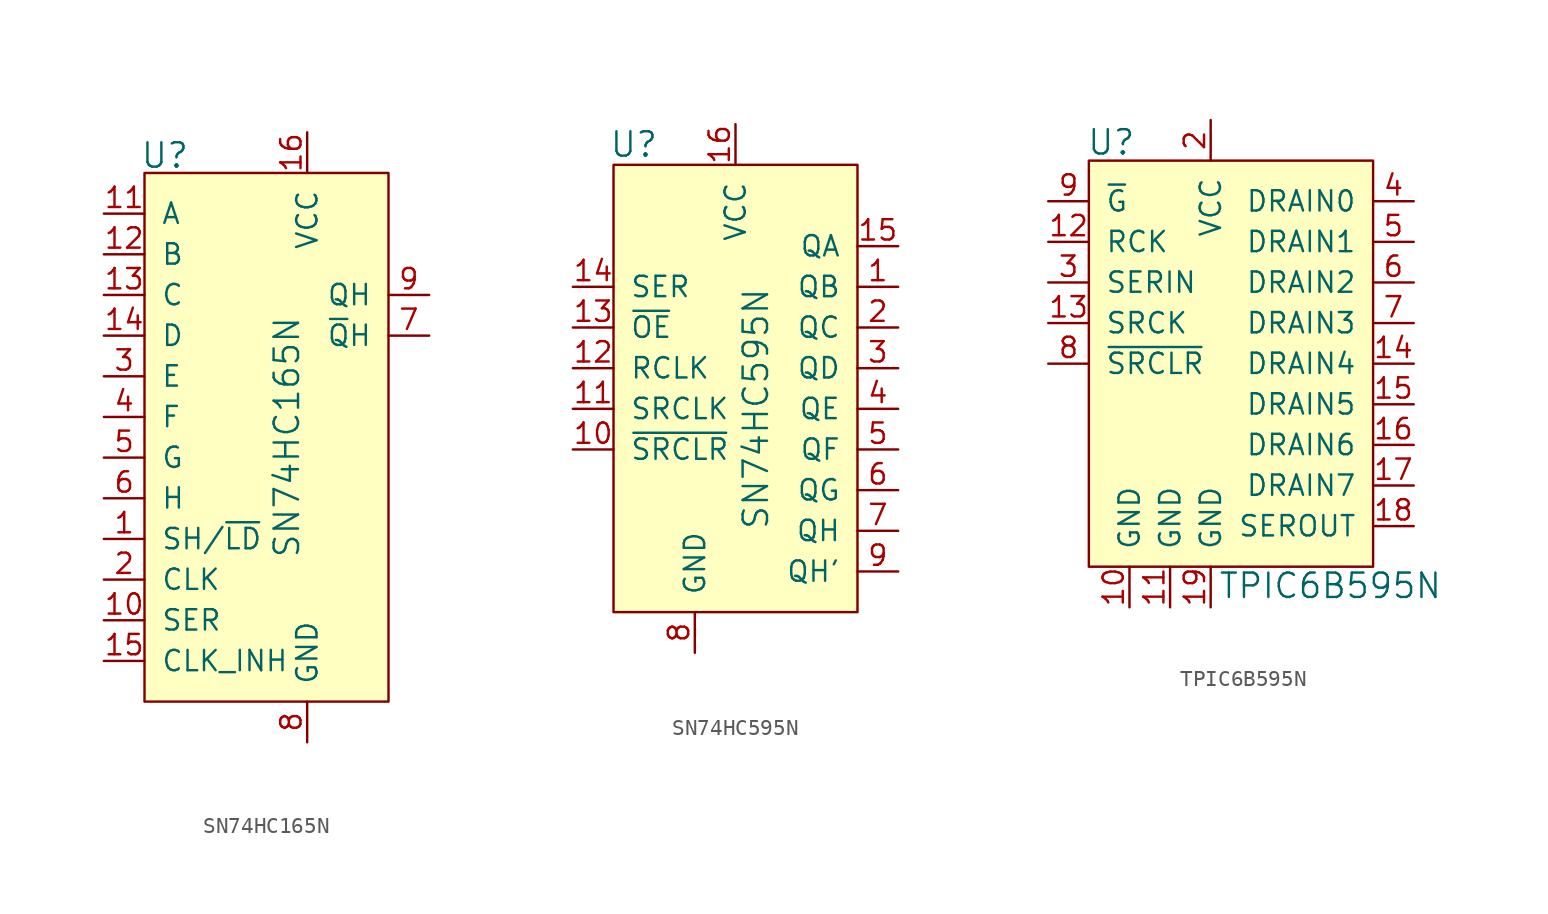
<source format=kicad_sym>
(kicad_symbol_lib
  (version 20220914)
  (generator kicad_symbol_editor)
  (symbol "SN74HC165N"
    (pin_names
      (offset 1.016))
    (property "Reference" "U"
      (at -8.89 16.332 0)
      (effects (font (size 1.524 1.524))))
    (property "Value" "SN74HC165N"
      (at -1.27 -1.27 90)
      (effects (font (size 1.524 1.524))))
    (symbol "SN74HC165N_0_1"
      (rectangle (start -10.16 15.24) (end 5.08 -17.78) (stroke (width 0) (type solid)) (fill (type background))))
    (symbol "SN74HC165N_1_1"
      (pin output line (at -12.7 -7.62 0) (length 2.54) (name "SH/~{LD}" (effects (font (size 1.27 1.27)))) (number "1" (effects (font (size 1.27 1.27)))))
      (pin output line (at -12.7 -12.7 0) (length 2.54) (name "SER" (effects (font (size 1.27 1.27)))) (number "10" (effects (font (size 1.27 1.27)))))
      (pin input line (at -12.7 12.7 0) (length 2.54) (name "A" (effects (font (size 1.27 1.27)))) (number "11" (effects (font (size 1.27 1.27)))))
      (pin input line (at -12.7 10.16 0) (length 2.54) (name "B" (effects (font (size 1.27 1.27)))) (number "12" (effects (font (size 1.27 1.27)))))
      (pin input line (at -12.7 7.62 0) (length 2.54) (name "C" (effects (font (size 1.27 1.27)))) (number "13" (effects (font (size 1.27 1.27)))))
      (pin input line (at -12.7 5.08 0) (length 2.54) (name "D" (effects (font (size 1.27 1.27)))) (number "14" (effects (font (size 1.27 1.27)))))
      (pin input line (at -12.7 -15.24 0) (length 2.54) (name "CLK_INH" (effects (font (size 1.27 1.27)))) (number "15" (effects (font (size 1.27 1.27)))))
      (pin output line (at 0 17.78 270) (length 2.54) (name "VCC" (effects (font (size 1.27 1.27)))) (number "16" (effects (font (size 1.27 1.27)))))
      (pin input line (at -12.7 -10.16 0) (length 2.54) (name "CLK" (effects (font (size 1.27 1.27)))) (number "2" (effects (font (size 1.27 1.27)))))
      (pin input line (at -12.7 2.54 0) (length 2.54) (name "E" (effects (font (size 1.27 1.27)))) (number "3" (effects (font (size 1.27 1.27)))))
      (pin input line (at -12.7 0 0) (length 2.54) (name "F" (effects (font (size 1.27 1.27)))) (number "4" (effects (font (size 1.27 1.27)))))
      (pin input line (at -12.7 -2.54 0) (length 2.54) (name "G" (effects (font (size 1.27 1.27)))) (number "5" (effects (font (size 1.27 1.27)))))
      (pin input line (at -12.7 -5.08 0) (length 2.54) (name "H" (effects (font (size 1.27 1.27)))) (number "6" (effects (font (size 1.27 1.27)))))
      (pin output line (at 7.62 5.08 180) (length 2.54) (name "~{Q}H" (effects (font (size 1.27 1.27)))) (number "7" (effects (font (size 1.27 1.27)))))
      (pin input line (at 0 -20.32 90) (length 2.54) (name "GND" (effects (font (size 1.27 1.27)))) (number "8" (effects (font (size 1.27 1.27)))))
      (pin output line (at 7.62 7.62 180) (length 2.54) (name "QH" (effects (font (size 1.27 1.27)))) (number "9" (effects (font (size 1.27 1.27)))))))
  (symbol "SN74HC595N"
    (pin_names
      (offset 1.016))
    (property "Reference" "U"
      (at -11.43 16.51 0)
      (effects (font (size 1.524 1.524))))
    (property "Value" "SN74HC595N"
      (at -3.81 0 90)
      (effects (font (size 1.524 1.524))))
    (symbol "SN74HC595N_0_1"
      (rectangle (start -12.7 15.24) (end 2.54 -12.7) (stroke (width 0) (type solid)) (fill (type background))))
    (symbol "SN74HC595N_1_1"
      (pin output line (at 5.08 7.62 180) (length 2.54) (name "QB" (effects (font (size 1.27 1.27)))) (number "1" (effects (font (size 1.27 1.27)))))
      (pin input line (at -15.24 -2.54 0) (length 2.54) (name "~{SRCLR}" (effects (font (size 1.27 1.27)))) (number "10" (effects (font (size 1.27 1.27)))))
      (pin input line (at -15.24 0 0) (length 2.54) (name "SRCLK" (effects (font (size 1.27 1.27)))) (number "11" (effects (font (size 1.27 1.27)))))
      (pin input line (at -15.24 2.54 0) (length 2.54) (name "RCLK" (effects (font (size 1.27 1.27)))) (number "12" (effects (font (size 1.27 1.27)))))
      (pin input line (at -15.24 5.08 0) (length 2.54) (name "~{OE}" (effects (font (size 1.27 1.27)))) (number "13" (effects (font (size 1.27 1.27)))))
      (pin input line (at -15.24 7.62 0) (length 2.54) (name "SER" (effects (font (size 1.27 1.27)))) (number "14" (effects (font (size 1.27 1.27)))))
      (pin output line (at 5.08 10.16 180) (length 2.54) (name "QA" (effects (font (size 1.27 1.27)))) (number "15" (effects (font (size 1.27 1.27)))))
      (pin power_in line (at -5.08 17.78 270) (length 2.54) (name "VCC" (effects (font (size 1.27 1.27)))) (number "16" (effects (font (size 1.27 1.27)))))
      (pin output line (at 5.08 5.08 180) (length 2.54) (name "QC" (effects (font (size 1.27 1.27)))) (number "2" (effects (font (size 1.27 1.27)))))
      (pin output line (at 5.08 2.54 180) (length 2.54) (name "QD" (effects (font (size 1.27 1.27)))) (number "3" (effects (font (size 1.27 1.27)))))
      (pin output line (at 5.08 0 180) (length 2.54) (name "QE" (effects (font (size 1.27 1.27)))) (number "4" (effects (font (size 1.27 1.27)))))
      (pin output line (at 5.08 -2.54 180) (length 2.54) (name "QF" (effects (font (size 1.27 1.27)))) (number "5" (effects (font (size 1.27 1.27)))))
      (pin output line (at 5.08 -5.08 180) (length 2.54) (name "QG" (effects (font (size 1.27 1.27)))) (number "6" (effects (font (size 1.27 1.27)))))
      (pin output line (at 5.08 -7.62 180) (length 2.54) (name "QH" (effects (font (size 1.27 1.27)))) (number "7" (effects (font (size 1.27 1.27)))))
      (pin power_in line (at -7.62 -15.24 90) (length 2.54) (name "GND" (effects (font (size 1.27 1.27)))) (number "8" (effects (font (size 1.27 1.27)))))
      (pin output line (at 5.08 -10.16 180) (length 2.54) (name "QH'" (effects (font (size 1.27 1.27)))) (number "9" (effects (font (size 1.27 1.27)))))))
  (symbol "TPIC6B595N"
    (pin_names
      (offset 1.016))
    (property "Reference" "U"
      (at -7.772 1.143 0)
      (effects (font (size 1.524 1.524)) (justify left)))
    (property "Value" "TPIC6B595N"
      (at 0.457 -26.594 0)
      (effects (font (size 1.524 1.524)) (justify left)))
    (symbol "TPIC6B595N_0_1"
      (rectangle (start -7.62 0) (end 10.16 -25.4) (stroke (width 0) (type solid)) (fill (type background))))
    (symbol "TPIC6B595N_1_1"
      (pin no_connect line (at -7.62 -15.24 0) (length 2.54) hide (name "NC" (effects (font (size 1.27 1.27)))) (number "1" (effects (font (size 1.27 1.27)))))
      (pin power_in line (at -5.08 -27.94 90) (length 2.54) (name "GND" (effects (font (size 1.27 1.27)))) (number "10" (effects (font (size 1.27 1.27)))))
      (pin power_in line (at -2.54 -27.94 90) (length 2.54) (name "GND" (effects (font (size 1.27 1.27)))) (number "11" (effects (font (size 1.27 1.27)))))
      (pin input line (at -10.16 -5.08 0) (length 2.54) (name "RCK" (effects (font (size 1.27 1.27)))) (number "12" (effects (font (size 1.27 1.27)))))
      (pin input line (at -10.16 -10.16 0) (length 2.54) (name "SRCK" (effects (font (size 1.27 1.27)))) (number "13" (effects (font (size 1.27 1.27)))))
      (pin output line (at 12.7 -12.7 180) (length 2.54) (name "DRAIN4" (effects (font (size 1.27 1.27)))) (number "14" (effects (font (size 1.27 1.27)))))
      (pin output line (at 12.7 -15.24 180) (length 2.54) (name "DRAIN5" (effects (font (size 1.27 1.27)))) (number "15" (effects (font (size 1.27 1.27)))))
      (pin output line (at 12.7 -17.78 180) (length 2.54) (name "DRAIN6" (effects (font (size 1.27 1.27)))) (number "16" (effects (font (size 1.27 1.27)))))
      (pin output line (at 12.7 -20.32 180) (length 2.54) (name "DRAIN7" (effects (font (size 1.27 1.27)))) (number "17" (effects (font (size 1.27 1.27)))))
      (pin output line (at 12.7 -22.86 180) (length 2.54) (name "SEROUT" (effects (font (size 1.27 1.27)))) (number "18" (effects (font (size 1.27 1.27)))))
      (pin power_in line (at 0 -27.94 90) (length 2.54) (name "GND" (effects (font (size 1.27 1.27)))) (number "19" (effects (font (size 1.27 1.27)))))
      (pin power_in line (at 0 2.54 270) (length 2.54) (name "VCC" (effects (font (size 1.27 1.27)))) (number "2" (effects (font (size 1.27 1.27)))))
      (pin no_connect line (at -7.62 -17.78 0) (length 2.54) hide (name "NC" (effects (font (size 1.27 1.27)))) (number "20" (effects (font (size 1.27 1.27)))))
      (pin input line (at -10.16 -7.62 0) (length 2.54) (name "SERIN" (effects (font (size 1.27 1.27)))) (number "3" (effects (font (size 1.27 1.27)))))
      (pin output line (at 12.7 -2.54 180) (length 2.54) (name "DRAIN0" (effects (font (size 1.27 1.27)))) (number "4" (effects (font (size 1.27 1.27)))))
      (pin output line (at 12.7 -5.08 180) (length 2.54) (name "DRAIN1" (effects (font (size 1.27 1.27)))) (number "5" (effects (font (size 1.27 1.27)))))
      (pin output line (at 12.7 -7.62 180) (length 2.54) (name "DRAIN2" (effects (font (size 1.27 1.27)))) (number "6" (effects (font (size 1.27 1.27)))))
      (pin output line (at 12.7 -10.16 180) (length 2.54) (name "DRAIN3" (effects (font (size 1.27 1.27)))) (number "7" (effects (font (size 1.27 1.27)))))
      (pin input line (at -10.16 -12.7 0) (length 2.54) (name "~{SRCLR}" (effects (font (size 1.27 1.27)))) (number "8" (effects (font (size 1.27 1.27)))))
      (pin input line (at -10.16 -2.54 0) (length 2.54) (name "~{G}" (effects (font (size 1.27 1.27)))) (number "9" (effects (font (size 1.27 1.27))))))))
</source>
